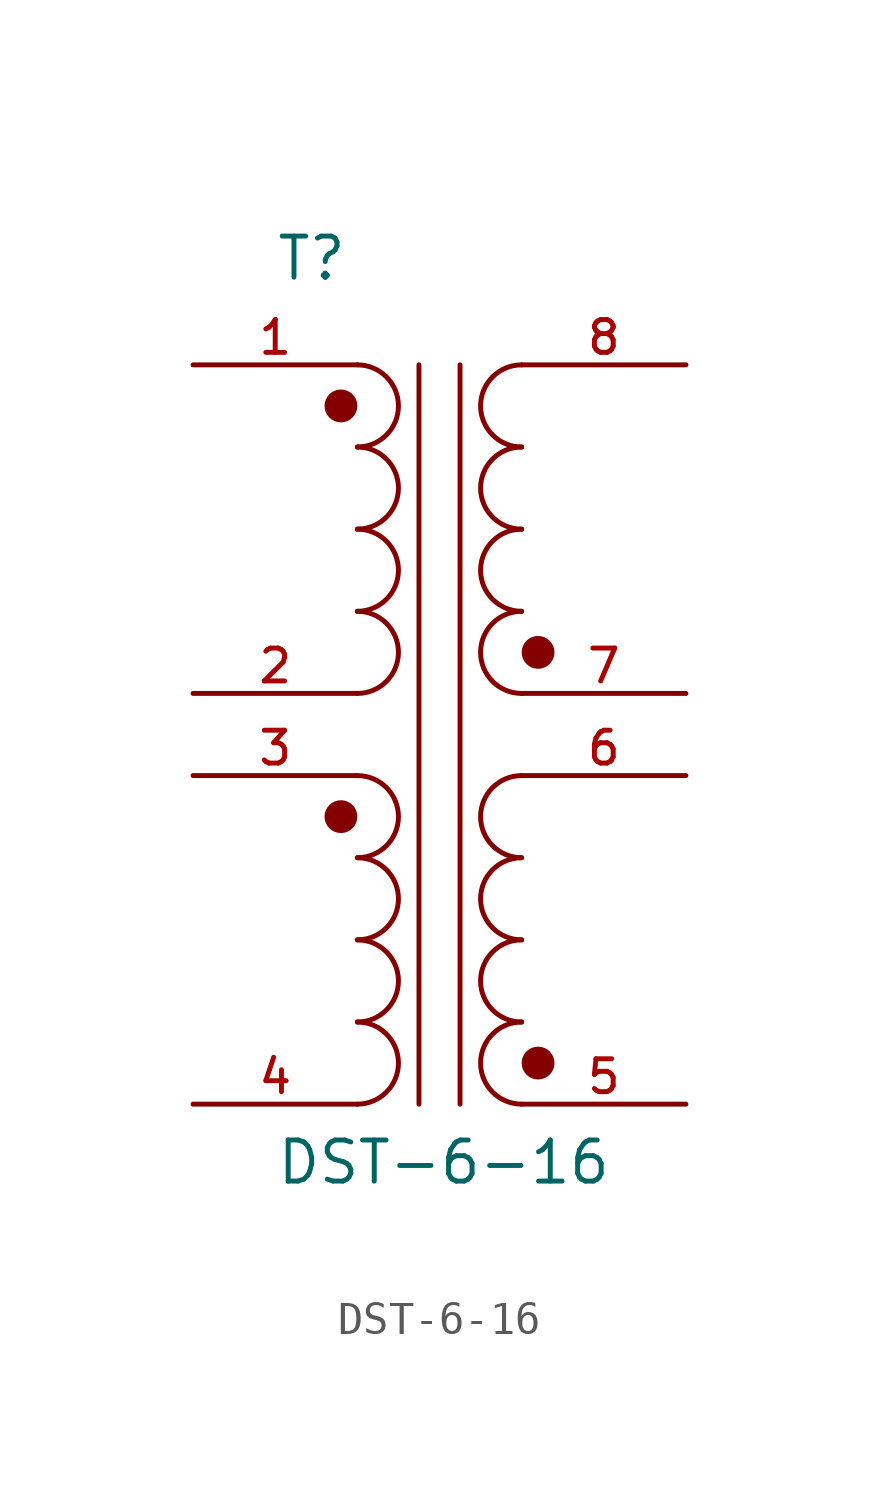
<source format=kicad_sym>
(kicad_symbol_lib
  (version 20211014)
  (generator kicad_symbol_editor)
  (symbol "DST-6-16"
    (pin_names
      (offset 1.016))
    (property "Reference" "T"
      (at -5.084 12.708 0)
      (effects (font (size 1.27 1.27)) (justify bottom left)))
    (property "Value" "DST-6-16"
      (at -5.081 -15.243 0)
      (effects (font (size 1.27 1.27)) (justify bottom left)))
    (symbol "DST-6-16_0_0"
      (arc (start -2.54 2.54) (mid -1.27 3.81) (end -2.54 5.08) (stroke (width 0.1524) (type default) (color 0 0 0 0)) (fill (type none)))
      (arc (start -2.54 -7.62) (mid -1.27 -6.35) (end -2.54 -5.08) (stroke (width 0.1524) (type default) (color 0 0 0 0)) (fill (type none)))
      (arc (start -2.54 -10.16) (mid -1.27 -8.89) (end -2.54 -7.62) (stroke (width 0.1524) (type default) (color 0 0 0 0)) (fill (type none)))
      (arc (start -2.54 5.08) (mid -1.27 6.35) (end -2.54 7.62) (stroke (width 0.1524) (type default) (color 0 0 0 0)) (fill (type none)))
      (arc (start -2.54 7.62) (mid -1.27 8.89) (end -2.54 10.16) (stroke (width 0.1524) (type default) (color 0 0 0 0)) (fill (type none)))
      (polyline (pts (xy -0.635 10.16) (xy -0.635 -12.7)) (stroke (width 0.152)))
      (polyline (pts (xy 0.635 10.16) (xy 0.635 -12.7)) (stroke (width 0.152)))
      (circle (center -3.048 8.89) (radius 0.254) (stroke (width 0.508)) (fill (type none)))
      (arc (start -2.54 -5.08) (mid -1.27 -3.81) (end -2.54 -2.54) (stroke (width 0.1524) (type default) (color 0 0 0 0)) (fill (type none)))
      (circle (center -3.048 -3.81) (radius 0.254) (stroke (width 0.508)) (fill (type none)))
      (arc (start -2.54 0.0) (mid -1.27 1.27) (end -2.54 2.54) (stroke (width 0.1524) (type default) (color 0 0 0 0)) (fill (type none)))
      (arc (start -2.54 -12.7) (mid -1.27 -11.43) (end -2.54 -10.16) (stroke (width 0.1524) (type default) (color 0 0 0 0)) (fill (type none)))
      (arc (start 2.54 2.54) (mid 1.27 3.81) (end 2.54 5.08) (stroke (width 0.1524) (type default) (color 0 0 0 0)) (fill (type none)))
      (arc (start 2.54 -7.62) (mid 1.27 -6.35) (end 2.54 -5.08) (stroke (width 0.1524) (type default) (color 0 0 0 0)) (fill (type none)))
      (arc (start 2.54 -10.16) (mid 1.27 -8.89) (end 2.54 -7.62) (stroke (width 0.1524) (type default) (color 0 0 0 0)) (fill (type none)))
      (arc (start 2.54 5.08) (mid 1.27 6.35) (end 2.54 7.62) (stroke (width 0.1524) (type default) (color 0 0 0 0)) (fill (type none)))
      (arc (start 2.54 7.62) (mid 1.27 8.89) (end 2.54 10.16) (stroke (width 0.1524) (type default) (color 0 0 0 0)) (fill (type none)))
      (circle (center 3.048 1.27) (radius 0.254) (stroke (width 0.508)) (fill (type none)))
      (arc (start 2.54 -5.08) (mid 1.27 -3.81) (end 2.54 -2.54) (stroke (width 0.1524) (type default) (color 0 0 0 0)) (fill (type none)))
      (circle (center 3.048 -11.43) (radius 0.254) (stroke (width 0.508)) (fill (type none)))
      (arc (start 2.54 0.0) (mid 1.27 1.27) (end 2.54 2.54) (stroke (width 0.1524) (type default) (color 0 0 0 0)) (fill (type none)))
      (arc (start 2.54 -12.7) (mid 1.27 -11.43) (end 2.54 -10.16) (stroke (width 0.1524) (type default) (color 0 0 0 0)) (fill (type none)))
      (pin passive line (at -7.62 -12.7 0) (length 5.08) (name "~" (effects (font (size 1.016 1.016)))) (number "4" (effects (font (size 1.016 1.016)))))
      (pin passive line (at -7.62 0.0 0) (length 5.08) (name "~" (effects (font (size 1.016 1.016)))) (number "2" (effects (font (size 1.016 1.016)))))
      (pin passive line (at 7.62 -12.7 180.0) (length 5.08) (name "~" (effects (font (size 1.016 1.016)))) (number "5" (effects (font (size 1.016 1.016)))))
      (pin passive line (at -7.62 10.16 0) (length 5.08) (name "~" (effects (font (size 1.016 1.016)))) (number "1" (effects (font (size 1.016 1.016)))))
      (pin passive line (at 7.62 10.16 180.0) (length 5.08) (name "~" (effects (font (size 1.016 1.016)))) (number "8" (effects (font (size 1.016 1.016)))))
      (pin passive line (at -7.62 -2.54 0) (length 5.08) (name "~" (effects (font (size 1.016 1.016)))) (number "3" (effects (font (size 1.016 1.016)))))
      (pin passive line (at 7.62 -2.54 180.0) (length 5.08) (name "~" (effects (font (size 1.016 1.016)))) (number "6" (effects (font (size 1.016 1.016)))))
      (pin passive line (at 7.62 0.0 180.0) (length 5.08) (name "~" (effects (font (size 1.016 1.016)))) (number "7" (effects (font (size 1.016 1.016))))))))
</source>
